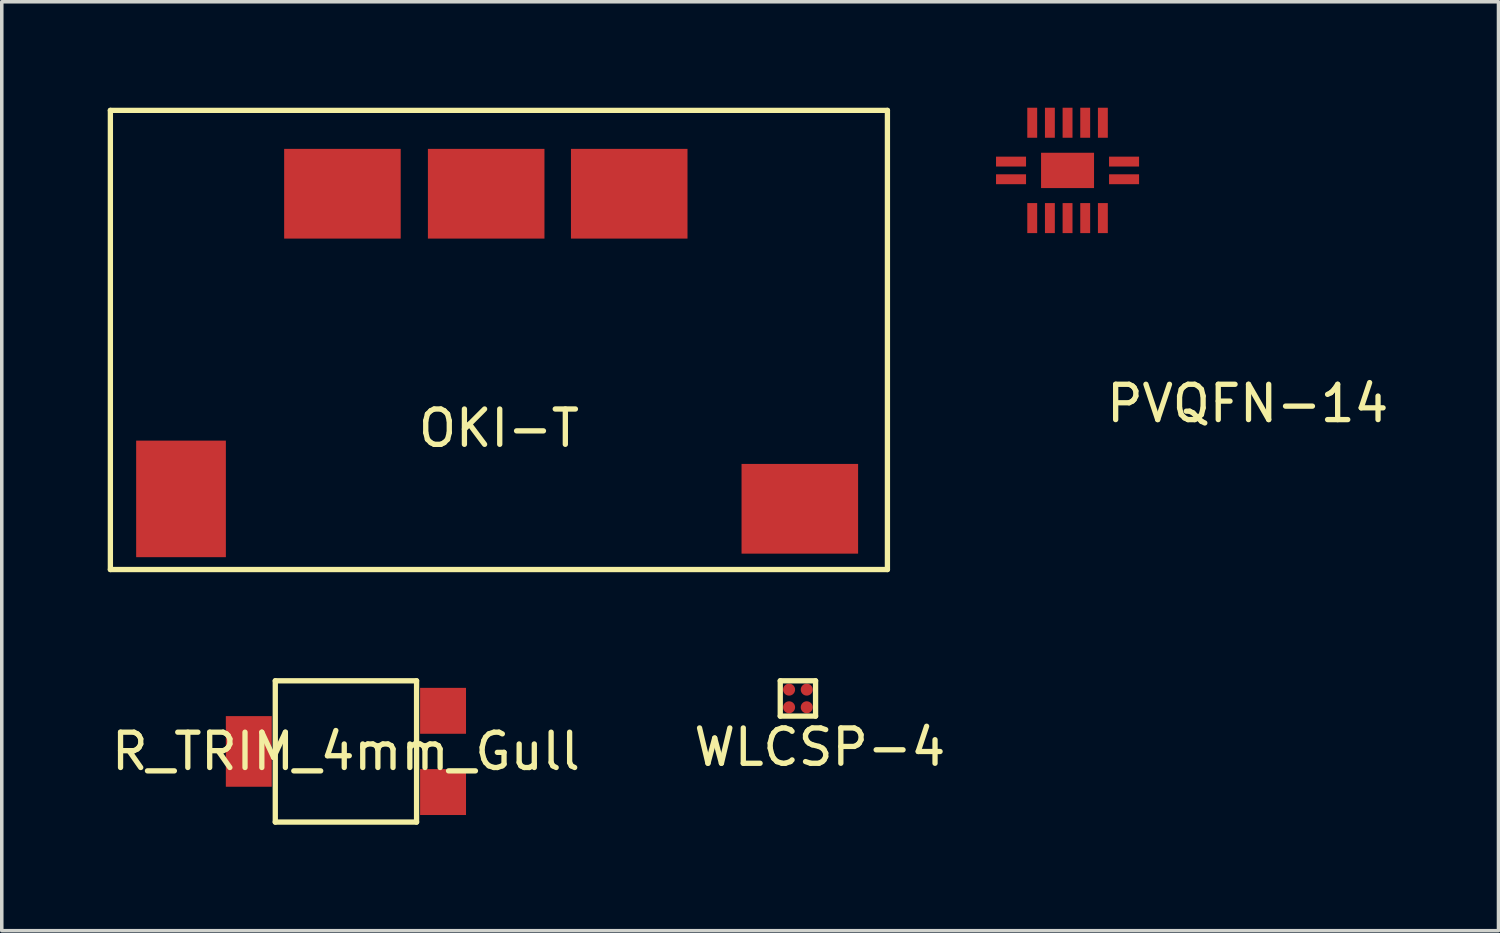
<source format=kicad_pcb>
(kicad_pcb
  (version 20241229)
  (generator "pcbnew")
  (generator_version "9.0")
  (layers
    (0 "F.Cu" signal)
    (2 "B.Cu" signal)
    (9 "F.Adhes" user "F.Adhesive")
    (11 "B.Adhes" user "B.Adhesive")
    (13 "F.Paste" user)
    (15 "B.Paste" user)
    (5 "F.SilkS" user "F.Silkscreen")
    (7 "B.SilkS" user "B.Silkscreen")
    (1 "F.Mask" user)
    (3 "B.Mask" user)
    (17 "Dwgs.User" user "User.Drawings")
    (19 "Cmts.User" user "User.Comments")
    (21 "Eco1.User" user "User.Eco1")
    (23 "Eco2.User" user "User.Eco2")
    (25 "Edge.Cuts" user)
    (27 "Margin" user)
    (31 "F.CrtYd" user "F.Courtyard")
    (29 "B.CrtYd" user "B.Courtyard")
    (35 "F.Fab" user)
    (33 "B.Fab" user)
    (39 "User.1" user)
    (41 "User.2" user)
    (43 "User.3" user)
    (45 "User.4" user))
  (footprint "OKI-T"
    (layer "F.Cu")
    (at 2.075 11.075)
    (property "Reference" "OKI-T" (at 9 -2 0) (layer "F.SilkS") (effects (font (size 1 1) (thickness 0.15))))
    (attr through_hole)
    (fp_line (start -2 -11) (end -2 2) (stroke (width 0.15) (type solid)) (layer "F.SilkS"))
    (fp_line (start -2 2) (end 20 2) (stroke (width 0.15) (type solid)) (layer "F.SilkS"))
    (fp_line (start 20 -11) (end -2 -11) (stroke (width 0.15) (type solid)) (layer "F.SilkS"))
    (fp_line (start 20 2) (end 20 -11) (stroke (width 0.15) (type solid)) (layer "F.SilkS"))
    (pad "1" smd rect (at 17.52 0.28) (size 3.3 2.54) (layers "F.Cu" "F.Mask" "F.Paste"))
    (pad "2" smd rect (at 0 0) (size 2.54 3.3) (layers "F.Cu" "F.Mask" "F.Paste"))
    (pad "3" smd rect (at 4.57 -8.64) (size 3.3 2.54) (layers "F.Cu" "F.Mask" "F.Paste"))
    (pad "4" smd rect (at 8.64 -8.64) (size 3.3 2.54) (layers "F.Cu" "F.Mask" "F.Paste"))
    (pad "5" smd rect (at 12.69 -8.64) (size 3.3 2.54) (layers "F.Cu" "F.Mask" "F.Paste")))
  (footprint "R_TRIM_4mm_Gull"
    (layer "F.Cu")
    (at 6.744 17.225)
    (property "Reference" "R_TRIM_4mm_Gull" (at 0 1 0) (layer "F.SilkS") (effects (font (size 1 1) (thickness 0.15))))
    (attr through_hole)
    (fp_line (start -2 -1) (end 2 -1) (stroke (width 0.15) (type solid)) (layer "F.SilkS"))
    (fp_line (start -2 3) (end -2 -1) (stroke (width 0.15) (type solid)) (layer "F.SilkS"))
    (fp_line (start 2 -1) (end 2 3) (stroke (width 0.15) (type solid)) (layer "F.SilkS"))
    (fp_line (start 2 3) (end -2 3) (stroke (width 0.15) (type solid)) (layer "F.SilkS"))
    (pad "1" smd rect (at 2.75 -0.15) (size 1.3 1.3) (layers "F.Cu" "F.Mask" "F.Paste"))
    (pad "2" smd rect (at -2.75 1) (size 1.3 2) (layers "F.Cu" "F.Mask" "F.Paste"))
    (pad "3" smd rect (at 2.75 2.15) (size 1.3 1.3) (layers "F.Cu" "F.Mask" "F.Paste")))
  (footprint "WLCSP-4"
    (layer "F.Cu")
    (at 19.541 16.725)
    (property "Reference" "WLCSP-4" (at 0.62 1.38 0) (layer "F.SilkS") (effects (font (size 1 1) (thickness 0.15))))
    (attr through_hole)
    (fp_line (start -0.5 -0.5) (end 0.5 -0.5) (stroke (width 0.15) (type solid)) (layer "F.SilkS"))
    (fp_line (start -0.5 0.5) (end -0.5 -0.5) (stroke (width 0.15) (type solid)) (layer "F.SilkS"))
    (fp_line (start 0.5 -0.5) (end 0.5 0.5) (stroke (width 0.15) (type solid)) (layer "F.SilkS"))
    (fp_line (start 0.5 0.5) (end -0.5 0.5) (stroke (width 0.15) (type solid)) (layer "F.SilkS"))
    (pad "1A" smd circle (at -0.25 -0.25) (size 0.34 0.34) (layers "F.Cu" "F.Mask" "F.Paste"))
    (pad "2A" smd circle (at -0.25 0.25) (size 0.34 0.34) (layers "F.Cu" "F.Mask" "F.Paste"))
    (pad "2A" smd circle (at 0.25 -0.25) (size 0.34 0.34) (layers "F.Cu" "F.Mask" "F.Paste"))
    (pad "2B" smd circle (at 0.25 0.25) (size 0.34 0.34) (layers "F.Cu" "F.Mask" "F.Paste")))
  (footprint "PVQFN-14"
    (layer "F.Cu")
    (at 27.175 1.775)
    (property "Reference" "PVQFN-14" (at 5.1 6.6 0) (layer "F.SilkS") (effects (font (size 1 1) (thickness 0.15))))
    (attr through_hole)
    (pad "1" smd rect (at -1.6 0.25) (size 0.85 0.28) (layers "F.Cu" "F.Mask" "F.Paste"))
    (pad "2" smd rect (at -1 1.35) (size 0.28 0.85) (layers "F.Cu" "F.Mask" "F.Paste"))
    (pad "3" smd rect (at -0.5 1.35) (size 0.28 0.85) (layers "F.Cu" "F.Mask" "F.Paste"))
    (pad "4" smd rect (at 0 1.35) (size 0.28 0.85) (layers "F.Cu" "F.Mask" "F.Paste"))
    (pad "5" smd rect (at 0.5 1.35) (size 0.28 0.85) (layers "F.Cu" "F.Mask" "F.Paste"))
    (pad "6" smd rect (at 1 1.35) (size 0.28 0.85) (layers "F.Cu" "F.Mask" "F.Paste"))
    (pad "7" smd rect (at 1.6 0.25) (size 0.85 0.28) (layers "F.Cu" "F.Mask" "F.Paste"))
    (pad "8" smd rect (at 1.6 -0.25) (size 0.85 0.28) (layers "F.Cu" "F.Mask" "F.Paste"))
    (pad "9" smd rect (at 1 -1.35) (size 0.28 0.85) (layers "F.Cu" "F.Mask" "F.Paste"))
    (pad "10" smd rect (at 0.5 -1.35) (size 0.28 0.85) (layers "F.Cu" "F.Mask" "F.Paste"))
    (pad "11" smd rect (at 0 -1.35) (size 0.28 0.85) (layers "F.Cu" "F.Mask" "F.Paste"))
    (pad "12" smd rect (at -0.5 -1.35) (size 0.28 0.85) (layers "F.Cu" "F.Mask" "F.Paste"))
    (pad "13" smd rect (at -1 -1.35) (size 0.28 0.85) (layers "F.Cu" "F.Mask" "F.Paste"))
    (pad "14" smd rect (at -1.6 -0.25) (size 0.85 0.28) (layers "F.Cu" "F.Mask" "F.Paste"))
    (pad "15" smd rect (at 0 0) (size 1.5 1) (layers "F.Cu" "F.Mask" "F.Paste")))
  (gr_rect
    (start -3 -3)
    (end 39.376 23.3)
    (stroke (width 0.1) (type default))
    (fill no)
    (layer "Edge.Cuts")))
</source>
